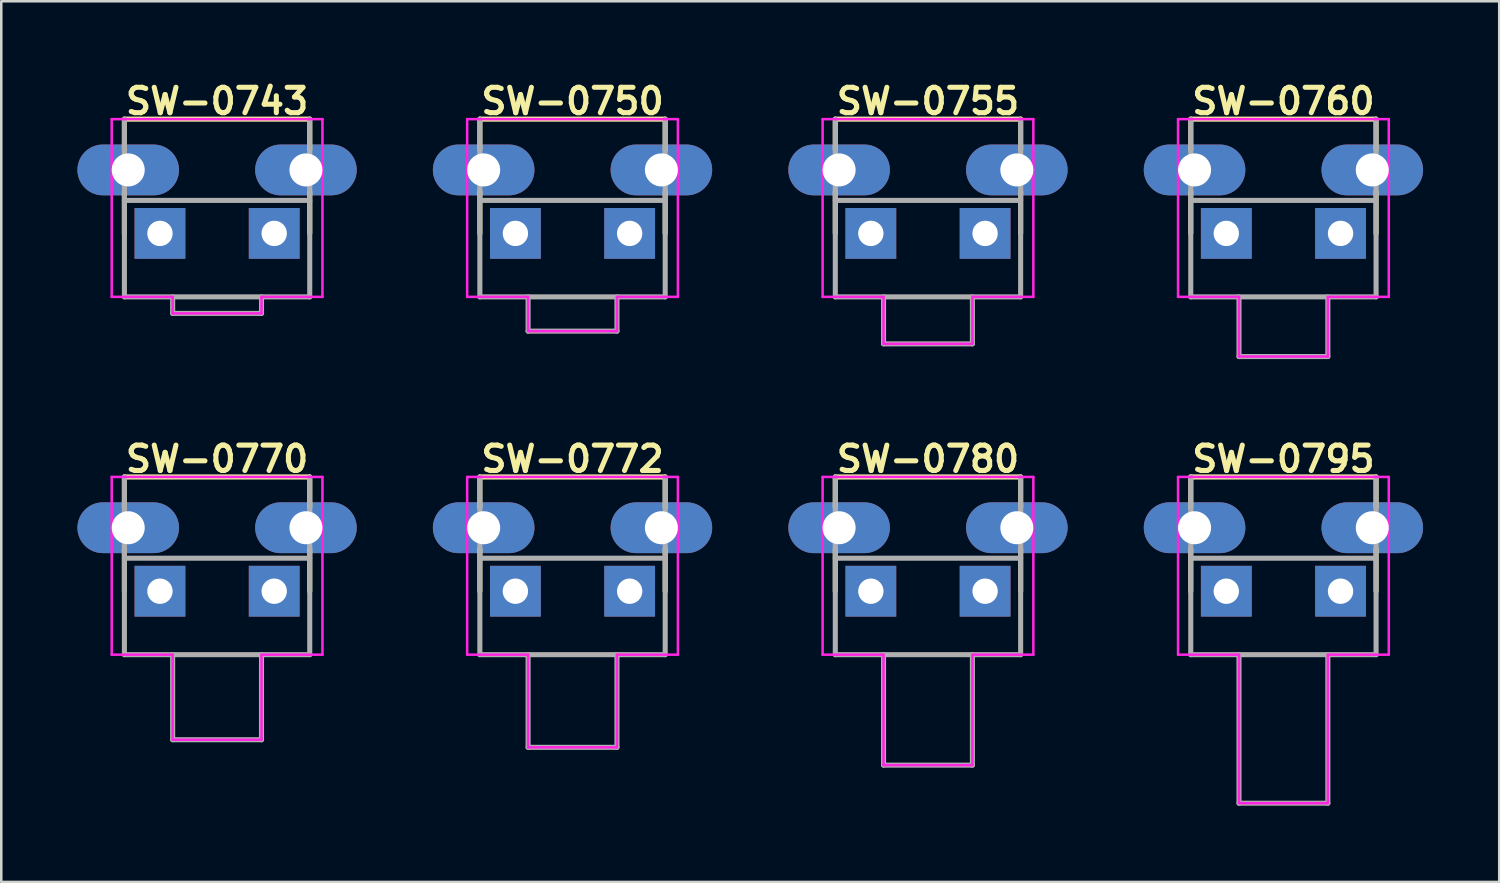
<source format=kicad_pcb>
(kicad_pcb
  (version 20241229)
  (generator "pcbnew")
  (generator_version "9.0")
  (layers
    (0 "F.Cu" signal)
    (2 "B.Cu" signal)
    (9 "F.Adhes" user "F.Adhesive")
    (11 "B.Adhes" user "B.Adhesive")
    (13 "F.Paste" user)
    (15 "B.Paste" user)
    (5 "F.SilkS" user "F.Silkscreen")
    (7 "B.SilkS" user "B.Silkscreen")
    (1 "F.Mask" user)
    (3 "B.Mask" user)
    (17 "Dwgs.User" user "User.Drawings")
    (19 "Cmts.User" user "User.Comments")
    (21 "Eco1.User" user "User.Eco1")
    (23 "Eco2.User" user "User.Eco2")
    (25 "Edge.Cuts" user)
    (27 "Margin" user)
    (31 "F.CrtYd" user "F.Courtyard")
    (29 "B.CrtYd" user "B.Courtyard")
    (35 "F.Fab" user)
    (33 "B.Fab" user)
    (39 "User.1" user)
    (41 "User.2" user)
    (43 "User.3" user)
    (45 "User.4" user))
  (footprint "SW-0772"
    (layer "F.Cu")
    (at 19.5 20.236)
    (property "Reference" "SW-0772" (at 0 -5.207 0) (layer "F.SilkS") (effects (font (size 1 1) (thickness 0.2))))
    (attr through_hole)
    (fp_line (start -3.65 -4.5) (end -3.65 -3.302) (stroke (width 0.2) (type solid)) (layer "F.SilkS"))
    (fp_line (start -3.65 -4.5) (end 3.65 -4.5) (stroke (width 0.2) (type solid)) (layer "F.SilkS"))
    (fp_line (start -3.65 -1.651) (end -3.65 0) (stroke (width 0.2) (type solid)) (layer "F.SilkS"))
    (fp_line (start 3.65 -4.5) (end 3.65 -3.302) (stroke (width 0.2) (type solid)) (layer "F.SilkS"))
    (fp_line (start 3.65 -1.651) (end 3.65 0) (stroke (width 0.2) (type solid)) (layer "F.SilkS"))
    (fp_line (start -4.15 -4.5) (end -4.15 2.5) (stroke (width 0.1) (type solid)) (layer "F.CrtYd"))
    (fp_line (start -4.15 -4.5) (end 4.15 -4.5) (stroke (width 0.1) (type solid)) (layer "F.CrtYd"))
    (fp_line (start -4.15 2.5) (end -1.75 2.5) (stroke (width 0.1) (type solid)) (layer "F.CrtYd"))
    (fp_line (start -1.75 2.5) (end -1.75 6.15) (stroke (width 0.1) (type solid)) (layer "F.CrtYd"))
    (fp_line (start -1.75 6.15) (end 1.75 6.15) (stroke (width 0.1) (type solid)) (layer "F.CrtYd"))
    (fp_line (start 1.75 2.5) (end 1.75 6.15) (stroke (width 0.1) (type solid)) (layer "F.CrtYd"))
    (fp_line (start 1.75 2.5) (end 4.15 2.5) (stroke (width 0.1) (type solid)) (layer "F.CrtYd"))
    (fp_line (start 4.15 -4.5) (end 4.15 2.5) (stroke (width 0.1) (type solid)) (layer "F.CrtYd"))
    (fp_line (start -3.65 -4.5) (end -3.65 2.5) (stroke (width 0.2) (type solid)) (layer "F.Fab"))
    (fp_line (start -3.65 -1.3) (end 3.65 -1.3) (stroke (width 0.2) (type solid)) (layer "F.Fab"))
    (fp_line (start -3.65 2.5) (end 3.65 2.5) (stroke (width 0.2) (type solid)) (layer "F.Fab"))
    (fp_line (start -1.75 2.5) (end -1.75 6.15) (stroke (width 0.2) (type solid)) (layer "F.Fab"))
    (fp_line (start -1.75 6.15) (end 1.75 6.15) (stroke (width 0.2) (type solid)) (layer "F.Fab"))
    (fp_line (start 1.75 2.5) (end 1.75 6.15) (stroke (width 0.2) (type solid)) (layer "F.Fab"))
    (fp_line (start 3.65 -4.5) (end 3.65 2.5) (stroke (width 0.2) (type solid)) (layer "F.Fab"))
    (pad "0" thru_hole oval (at -3.5 -2.5) (size 4 2) (drill 1.3) (layers "B.Cu" "B.Mask"))
    (pad "0" thru_hole oval (at 3.5 -2.5) (size 4 2) (drill 1.3) (layers "B.Cu" "B.Mask"))
    (pad "COM" thru_hole rect (at 2.25 0) (size 2 2) (drill 1) (layers "B.Cu" "B.Mask"))
    (pad "NO" thru_hole rect (at -2.25 0) (size 2 2) (drill 1) (layers "B.Cu" "B.Mask")))
  (footprint "SW-0780"
    (layer "F.Cu")
    (at 33.5 20.236)
    (property "Reference" "SW-0780" (at 0 -5.207 0) (layer "F.SilkS") (effects (font (size 1 1) (thickness 0.2))))
    (attr through_hole)
    (fp_line (start -3.65 -4.5) (end -3.65 -3.302) (stroke (width 0.2) (type solid)) (layer "F.SilkS"))
    (fp_line (start -3.65 -4.5) (end 3.65 -4.5) (stroke (width 0.2) (type solid)) (layer "F.SilkS"))
    (fp_line (start -3.65 -1.651) (end -3.65 0) (stroke (width 0.2) (type solid)) (layer "F.SilkS"))
    (fp_line (start 3.65 -4.5) (end 3.65 -3.302) (stroke (width 0.2) (type solid)) (layer "F.SilkS"))
    (fp_line (start 3.65 -1.651) (end 3.65 0) (stroke (width 0.2) (type solid)) (layer "F.SilkS"))
    (fp_line (start -4.15 -4.5) (end -4.15 2.5) (stroke (width 0.1) (type solid)) (layer "F.CrtYd"))
    (fp_line (start -4.15 -4.5) (end 4.15 -4.5) (stroke (width 0.1) (type solid)) (layer "F.CrtYd"))
    (fp_line (start -4.15 2.5) (end -1.75 2.5) (stroke (width 0.1) (type solid)) (layer "F.CrtYd"))
    (fp_line (start -1.75 2.5) (end -1.75 6.85) (stroke (width 0.1) (type solid)) (layer "F.CrtYd"))
    (fp_line (start -1.75 6.85) (end 1.75 6.85) (stroke (width 0.1) (type solid)) (layer "F.CrtYd"))
    (fp_line (start 1.75 2.5) (end 1.75 6.85) (stroke (width 0.1) (type solid)) (layer "F.CrtYd"))
    (fp_line (start 1.75 2.5) (end 4.15 2.5) (stroke (width 0.1) (type solid)) (layer "F.CrtYd"))
    (fp_line (start 4.15 -4.5) (end 4.15 2.5) (stroke (width 0.1) (type solid)) (layer "F.CrtYd"))
    (fp_line (start -3.65 -4.5) (end -3.65 2.5) (stroke (width 0.2) (type solid)) (layer "F.Fab"))
    (fp_line (start -3.65 -1.3) (end 3.65 -1.3) (stroke (width 0.2) (type solid)) (layer "F.Fab"))
    (fp_line (start -3.65 2.5) (end 3.65 2.5) (stroke (width 0.2) (type solid)) (layer "F.Fab"))
    (fp_line (start -1.75 2.5) (end -1.75 6.85) (stroke (width 0.2) (type solid)) (layer "F.Fab"))
    (fp_line (start -1.75 6.85) (end 1.75 6.85) (stroke (width 0.2) (type solid)) (layer "F.Fab"))
    (fp_line (start 1.75 2.5) (end 1.75 6.85) (stroke (width 0.2) (type solid)) (layer "F.Fab"))
    (fp_line (start 3.65 -4.5) (end 3.65 2.5) (stroke (width 0.2) (type solid)) (layer "F.Fab"))
    (pad "0" thru_hole oval (at -3.5 -2.5) (size 4 2) (drill 1.3) (layers "B.Cu" "B.Mask"))
    (pad "0" thru_hole oval (at 3.5 -2.5) (size 4 2) (drill 1.3) (layers "B.Cu" "B.Mask"))
    (pad "COM" thru_hole rect (at 2.25 0) (size 2 2) (drill 1) (layers "B.Cu" "B.Mask"))
    (pad "NO" thru_hole rect (at -2.25 0) (size 2 2) (drill 1) (layers "B.Cu" "B.Mask")))
  (footprint "SW-0755"
    (layer "F.Cu")
    (at 33.5 6.143)
    (property "Reference" "SW-0755" (at 0 -5.207 0) (layer "F.SilkS") (effects (font (size 1 1) (thickness 0.2))))
    (attr through_hole)
    (fp_line (start -3.65 -4.5) (end -3.65 -3.302) (stroke (width 0.2) (type solid)) (layer "F.SilkS"))
    (fp_line (start -3.65 -4.5) (end 3.65 -4.5) (stroke (width 0.2) (type solid)) (layer "F.SilkS"))
    (fp_line (start -3.65 -1.651) (end -3.65 0) (stroke (width 0.2) (type solid)) (layer "F.SilkS"))
    (fp_line (start 3.65 -4.5) (end 3.65 -3.302) (stroke (width 0.2) (type solid)) (layer "F.SilkS"))
    (fp_line (start 3.65 -1.651) (end 3.65 0) (stroke (width 0.2) (type solid)) (layer "F.SilkS"))
    (fp_line (start -4.15 -4.5) (end -4.15 2.5) (stroke (width 0.1) (type solid)) (layer "F.CrtYd"))
    (fp_line (start -4.15 -4.5) (end 4.15 -4.5) (stroke (width 0.1) (type solid)) (layer "F.CrtYd"))
    (fp_line (start -4.15 2.5) (end -1.75 2.5) (stroke (width 0.1) (type solid)) (layer "F.CrtYd"))
    (fp_line (start -1.75 2.5) (end -1.75 4.35) (stroke (width 0.1) (type solid)) (layer "F.CrtYd"))
    (fp_line (start -1.75 4.35) (end 1.75 4.35) (stroke (width 0.1) (type solid)) (layer "F.CrtYd"))
    (fp_line (start 1.75 2.5) (end 1.75 4.35) (stroke (width 0.1) (type solid)) (layer "F.CrtYd"))
    (fp_line (start 1.75 2.5) (end 4.15 2.5) (stroke (width 0.1) (type solid)) (layer "F.CrtYd"))
    (fp_line (start 4.15 -4.5) (end 4.15 2.5) (stroke (width 0.1) (type solid)) (layer "F.CrtYd"))
    (fp_line (start -3.65 -4.5) (end -3.65 2.5) (stroke (width 0.2) (type solid)) (layer "F.Fab"))
    (fp_line (start -3.65 -1.3) (end 3.65 -1.3) (stroke (width 0.2) (type solid)) (layer "F.Fab"))
    (fp_line (start -3.65 2.5) (end 3.65 2.5) (stroke (width 0.2) (type solid)) (layer "F.Fab"))
    (fp_line (start -1.75 2.5) (end -1.75 4.35) (stroke (width 0.2) (type solid)) (layer "F.Fab"))
    (fp_line (start -1.75 4.35) (end 1.75 4.35) (stroke (width 0.2) (type solid)) (layer "F.Fab"))
    (fp_line (start 1.75 2.5) (end 1.75 4.35) (stroke (width 0.2) (type solid)) (layer "F.Fab"))
    (fp_line (start 3.65 -4.5) (end 3.65 2.5) (stroke (width 0.2) (type solid)) (layer "F.Fab"))
    (pad "0" thru_hole oval (at -3.5 -2.5) (size 4 2) (drill 1.3) (layers "B.Cu" "B.Mask"))
    (pad "0" thru_hole oval (at 3.5 -2.5) (size 4 2) (drill 1.3) (layers "B.Cu" "B.Mask"))
    (pad "COM" thru_hole rect (at 2.25 0) (size 2 2) (drill 1) (layers "B.Cu" "B.Mask"))
    (pad "NO" thru_hole rect (at -2.25 0) (size 2 2) (drill 1) (layers "B.Cu" "B.Mask")))
  (footprint "SW-0770"
    (layer "F.Cu")
    (at 5.5 20.236)
    (property "Reference" "SW-0770" (at 0 -5.207 0) (layer "F.SilkS") (effects (font (size 1 1) (thickness 0.2))))
    (attr through_hole)
    (fp_line (start -3.65 -4.5) (end -3.65 -3.302) (stroke (width 0.2) (type solid)) (layer "F.SilkS"))
    (fp_line (start -3.65 -4.5) (end 3.65 -4.5) (stroke (width 0.2) (type solid)) (layer "F.SilkS"))
    (fp_line (start -3.65 -1.651) (end -3.65 0) (stroke (width 0.2) (type solid)) (layer "F.SilkS"))
    (fp_line (start 3.65 -4.5) (end 3.65 -3.302) (stroke (width 0.2) (type solid)) (layer "F.SilkS"))
    (fp_line (start 3.65 -1.651) (end 3.65 0) (stroke (width 0.2) (type solid)) (layer "F.SilkS"))
    (fp_line (start -4.15 -4.5) (end -4.15 2.5) (stroke (width 0.1) (type solid)) (layer "F.CrtYd"))
    (fp_line (start -4.15 -4.5) (end 4.15 -4.5) (stroke (width 0.1) (type solid)) (layer "F.CrtYd"))
    (fp_line (start -4.15 2.5) (end -1.75 2.5) (stroke (width 0.1) (type solid)) (layer "F.CrtYd"))
    (fp_line (start -1.75 2.5) (end -1.75 5.85) (stroke (width 0.1) (type solid)) (layer "F.CrtYd"))
    (fp_line (start -1.75 5.85) (end 1.75 5.85) (stroke (width 0.1) (type solid)) (layer "F.CrtYd"))
    (fp_line (start 1.75 2.5) (end 1.75 5.85) (stroke (width 0.1) (type solid)) (layer "F.CrtYd"))
    (fp_line (start 1.75 2.5) (end 4.15 2.5) (stroke (width 0.1) (type solid)) (layer "F.CrtYd"))
    (fp_line (start 4.15 -4.5) (end 4.15 2.5) (stroke (width 0.1) (type solid)) (layer "F.CrtYd"))
    (fp_line (start -3.65 -4.5) (end -3.65 2.5) (stroke (width 0.2) (type solid)) (layer "F.Fab"))
    (fp_line (start -3.65 -1.3) (end 3.65 -1.3) (stroke (width 0.2) (type solid)) (layer "F.Fab"))
    (fp_line (start -3.65 2.5) (end 3.65 2.5) (stroke (width 0.2) (type solid)) (layer "F.Fab"))
    (fp_line (start -1.75 2.5) (end -1.75 5.85) (stroke (width 0.2) (type solid)) (layer "F.Fab"))
    (fp_line (start -1.75 5.85) (end 1.75 5.85) (stroke (width 0.2) (type solid)) (layer "F.Fab"))
    (fp_line (start 1.75 2.5) (end 1.75 5.85) (stroke (width 0.2) (type solid)) (layer "F.Fab"))
    (fp_line (start 3.65 -4.5) (end 3.65 2.5) (stroke (width 0.2) (type solid)) (layer "F.Fab"))
    (pad "0" thru_hole oval (at -3.5 -2.5) (size 4 2) (drill 1.3) (layers "B.Cu" "B.Mask"))
    (pad "0" thru_hole oval (at 3.5 -2.5) (size 4 2) (drill 1.3) (layers "B.Cu" "B.Mask"))
    (pad "COM" thru_hole rect (at 2.25 0) (size 2 2) (drill 1) (layers "B.Cu" "B.Mask"))
    (pad "NO" thru_hole rect (at -2.25 0) (size 2 2) (drill 1) (layers "B.Cu" "B.Mask")))
  (footprint "SW-0750"
    (layer "F.Cu")
    (at 19.5 6.143)
    (property "Reference" "SW-0750" (at 0 -5.207 0) (layer "F.SilkS") (effects (font (size 1 1) (thickness 0.2))))
    (attr through_hole)
    (fp_line (start -3.65 -4.5) (end -3.65 -3.302) (stroke (width 0.2) (type solid)) (layer "F.SilkS"))
    (fp_line (start -3.65 -4.5) (end 3.65 -4.5) (stroke (width 0.2) (type solid)) (layer "F.SilkS"))
    (fp_line (start -3.65 -1.651) (end -3.65 0) (stroke (width 0.2) (type solid)) (layer "F.SilkS"))
    (fp_line (start 3.65 -4.5) (end 3.65 -3.302) (stroke (width 0.2) (type solid)) (layer "F.SilkS"))
    (fp_line (start 3.65 -1.651) (end 3.65 0) (stroke (width 0.2) (type solid)) (layer "F.SilkS"))
    (fp_line (start -4.15 -4.5) (end -4.15 2.5) (stroke (width 0.1) (type solid)) (layer "F.CrtYd"))
    (fp_line (start -4.15 -4.5) (end 4.15 -4.5) (stroke (width 0.1) (type solid)) (layer "F.CrtYd"))
    (fp_line (start -4.15 2.5) (end -1.75 2.5) (stroke (width 0.1) (type solid)) (layer "F.CrtYd"))
    (fp_line (start -1.75 2.5) (end -1.75 3.85) (stroke (width 0.1) (type solid)) (layer "F.CrtYd"))
    (fp_line (start -1.75 3.85) (end 1.75 3.85) (stroke (width 0.1) (type solid)) (layer "F.CrtYd"))
    (fp_line (start 1.75 2.5) (end 1.75 3.85) (stroke (width 0.1) (type solid)) (layer "F.CrtYd"))
    (fp_line (start 1.75 2.5) (end 4.15 2.5) (stroke (width 0.1) (type solid)) (layer "F.CrtYd"))
    (fp_line (start 4.15 -4.5) (end 4.15 2.5) (stroke (width 0.1) (type solid)) (layer "F.CrtYd"))
    (fp_line (start -3.65 -4.5) (end -3.65 2.5) (stroke (width 0.2) (type solid)) (layer "F.Fab"))
    (fp_line (start -3.65 -1.3) (end 3.65 -1.3) (stroke (width 0.2) (type solid)) (layer "F.Fab"))
    (fp_line (start -3.65 2.5) (end 3.65 2.5) (stroke (width 0.2) (type solid)) (layer "F.Fab"))
    (fp_line (start -1.75 2.5) (end -1.75 3.85) (stroke (width 0.2) (type solid)) (layer "F.Fab"))
    (fp_line (start -1.75 3.85) (end 1.75 3.85) (stroke (width 0.2) (type solid)) (layer "F.Fab"))
    (fp_line (start 1.75 2.5) (end 1.75 3.85) (stroke (width 0.2) (type solid)) (layer "F.Fab"))
    (fp_line (start 3.65 -4.5) (end 3.65 2.5) (stroke (width 0.2) (type solid)) (layer "F.Fab"))
    (pad "0" thru_hole oval (at -3.5 -2.5) (size 4 2) (drill 1.3) (layers "B.Cu" "B.Mask"))
    (pad "0" thru_hole oval (at 3.5 -2.5) (size 4 2) (drill 1.3) (layers "B.Cu" "B.Mask"))
    (pad "1COM" thru_hole rect (at 2.25 0) (size 2 2) (drill 1) (layers "B.Cu" "B.Mask"))
    (pad "1NO" thru_hole rect (at -2.25 0) (size 2 2) (drill 1) (layers "B.Cu" "B.Mask")))
  (footprint "SW-0795"
    (layer "F.Cu")
    (at 47.5 20.236)
    (property "Reference" "SW-0795" (at 0 -5.207 0) (layer "F.SilkS") (effects (font (size 1 1) (thickness 0.2))))
    (attr through_hole)
    (fp_line (start -3.65 -4.5) (end -3.65 -3.302) (stroke (width 0.2) (type solid)) (layer "F.SilkS"))
    (fp_line (start -3.65 -4.5) (end 3.65 -4.5) (stroke (width 0.2) (type solid)) (layer "F.SilkS"))
    (fp_line (start -3.65 -1.651) (end -3.65 0) (stroke (width 0.2) (type solid)) (layer "F.SilkS"))
    (fp_line (start 3.65 -4.5) (end 3.65 -3.302) (stroke (width 0.2) (type solid)) (layer "F.SilkS"))
    (fp_line (start 3.65 -1.651) (end 3.65 0) (stroke (width 0.2) (type solid)) (layer "F.SilkS"))
    (fp_line (start -4.15 -4.5) (end -4.15 2.5) (stroke (width 0.1) (type solid)) (layer "F.CrtYd"))
    (fp_line (start -4.15 -4.5) (end 4.15 -4.5) (stroke (width 0.1) (type solid)) (layer "F.CrtYd"))
    (fp_line (start -4.15 2.5) (end -1.75 2.5) (stroke (width 0.1) (type solid)) (layer "F.CrtYd"))
    (fp_line (start -1.75 2.5) (end -1.75 8.35) (stroke (width 0.1) (type solid)) (layer "F.CrtYd"))
    (fp_line (start -1.75 8.35) (end 1.75 8.35) (stroke (width 0.1) (type solid)) (layer "F.CrtYd"))
    (fp_line (start 1.75 2.5) (end 1.75 8.35) (stroke (width 0.1) (type solid)) (layer "F.CrtYd"))
    (fp_line (start 1.75 2.5) (end 4.15 2.5) (stroke (width 0.1) (type solid)) (layer "F.CrtYd"))
    (fp_line (start 4.15 -4.5) (end 4.15 2.5) (stroke (width 0.1) (type solid)) (layer "F.CrtYd"))
    (fp_line (start -3.65 -4.5) (end -3.65 2.5) (stroke (width 0.2) (type solid)) (layer "F.Fab"))
    (fp_line (start -3.65 -1.3) (end 3.65 -1.3) (stroke (width 0.2) (type solid)) (layer "F.Fab"))
    (fp_line (start -3.65 2.5) (end 3.65 2.5) (stroke (width 0.2) (type solid)) (layer "F.Fab"))
    (fp_line (start -1.75 2.5) (end -1.75 8.35) (stroke (width 0.2) (type solid)) (layer "F.Fab"))
    (fp_line (start -1.75 8.35) (end 1.75 8.35) (stroke (width 0.2) (type solid)) (layer "F.Fab"))
    (fp_line (start 1.75 2.5) (end 1.75 8.35) (stroke (width 0.2) (type solid)) (layer "F.Fab"))
    (fp_line (start 3.65 -4.5) (end 3.65 2.5) (stroke (width 0.2) (type solid)) (layer "F.Fab"))
    (pad "0" thru_hole oval (at -3.5 -2.5) (size 4 2) (drill 1.3) (layers "B.Cu" "B.Mask"))
    (pad "0" thru_hole oval (at 3.5 -2.5) (size 4 2) (drill 1.3) (layers "B.Cu" "B.Mask"))
    (pad "COM" thru_hole rect (at 2.25 0) (size 2 2) (drill 1) (layers "B.Cu" "B.Mask"))
    (pad "NO" thru_hole rect (at -2.25 0) (size 2 2) (drill 1) (layers "B.Cu" "B.Mask")))
  (footprint "SW-0743"
    (layer "F.Cu")
    (at 5.5 6.143)
    (property "Reference" "SW-0743" (at 0 -5.207 0) (layer "F.SilkS") (effects (font (size 1 1) (thickness 0.2))))
    (attr through_hole)
    (fp_line (start -3.65 -4.5) (end -3.65 -3.302) (stroke (width 0.2) (type solid)) (layer "F.SilkS"))
    (fp_line (start -3.65 -4.5) (end 3.65 -4.5) (stroke (width 0.2) (type solid)) (layer "F.SilkS"))
    (fp_line (start -3.65 -1.651) (end -3.65 0) (stroke (width 0.2) (type solid)) (layer "F.SilkS"))
    (fp_line (start 3.65 -4.5) (end 3.65 -3.302) (stroke (width 0.2) (type solid)) (layer "F.SilkS"))
    (fp_line (start 3.65 -1.651) (end 3.65 0) (stroke (width 0.2) (type solid)) (layer "F.SilkS"))
    (fp_line (start -4.15 -4.5) (end -4.15 2.5) (stroke (width 0.1) (type solid)) (layer "F.CrtYd"))
    (fp_line (start -4.15 -4.5) (end 4.15 -4.5) (stroke (width 0.1) (type solid)) (layer "F.CrtYd"))
    (fp_line (start -4.15 2.5) (end -1.75 2.5) (stroke (width 0.1) (type solid)) (layer "F.CrtYd"))
    (fp_line (start -1.75 2.5) (end -1.75 3.15) (stroke (width 0.1) (type solid)) (layer "F.CrtYd"))
    (fp_line (start -1.75 3.15) (end 1.75 3.15) (stroke (width 0.1) (type solid)) (layer "F.CrtYd"))
    (fp_line (start 1.75 2.5) (end 1.75 3.15) (stroke (width 0.1) (type solid)) (layer "F.CrtYd"))
    (fp_line (start 1.75 2.5) (end 4.15 2.5) (stroke (width 0.1) (type solid)) (layer "F.CrtYd"))
    (fp_line (start 4.15 -4.5) (end 4.15 2.5) (stroke (width 0.1) (type solid)) (layer "F.CrtYd"))
    (fp_line (start -3.65 -4.5) (end -3.65 2.5) (stroke (width 0.2) (type solid)) (layer "F.Fab"))
    (fp_line (start -3.65 -1.3) (end 3.65 -1.3) (stroke (width 0.2) (type solid)) (layer "F.Fab"))
    (fp_line (start -3.65 2.5) (end 3.65 2.5) (stroke (width 0.2) (type solid)) (layer "F.Fab"))
    (fp_line (start -1.75 2.5) (end -1.75 3.15) (stroke (width 0.2) (type solid)) (layer "F.Fab"))
    (fp_line (start -1.75 3.15) (end 1.75 3.15) (stroke (width 0.2) (type solid)) (layer "F.Fab"))
    (fp_line (start 1.75 2.5) (end 1.75 3.15) (stroke (width 0.2) (type solid)) (layer "F.Fab"))
    (fp_line (start 3.65 -4.5) (end 3.65 2.5) (stroke (width 0.2) (type solid)) (layer "F.Fab"))
    (pad "0" thru_hole oval (at -3.5 -2.5) (size 4 2) (drill 1.3) (layers "B.Cu" "B.Mask"))
    (pad "0" thru_hole oval (at 3.5 -2.5) (size 4 2) (drill 1.3) (layers "B.Cu" "B.Mask"))
    (pad "1COM" thru_hole rect (at 2.25 0) (size 2 2) (drill 1) (layers "B.Cu" "B.Mask"))
    (pad "1NO" thru_hole rect (at -2.25 0) (size 2 2) (drill 1) (layers "B.Cu" "B.Mask")))
  (footprint "SW-0760"
    (layer "F.Cu")
    (at 47.5 6.143)
    (property "Reference" "SW-0760" (at 0 -5.207 0) (layer "F.SilkS") (effects (font (size 1 1) (thickness 0.2))))
    (attr through_hole)
    (fp_line (start -3.65 -4.5) (end -3.65 -3.302) (stroke (width 0.2) (type solid)) (layer "F.SilkS"))
    (fp_line (start -3.65 -4.5) (end 3.65 -4.5) (stroke (width 0.2) (type solid)) (layer "F.SilkS"))
    (fp_line (start -3.65 -1.651) (end -3.65 0) (stroke (width 0.2) (type solid)) (layer "F.SilkS"))
    (fp_line (start 3.65 -4.5) (end 3.65 -3.302) (stroke (width 0.2) (type solid)) (layer "F.SilkS"))
    (fp_line (start 3.65 -1.651) (end 3.65 0) (stroke (width 0.2) (type solid)) (layer "F.SilkS"))
    (fp_line (start -4.15 -4.5) (end -4.15 2.5) (stroke (width 0.1) (type solid)) (layer "F.CrtYd"))
    (fp_line (start -4.15 -4.5) (end 4.15 -4.5) (stroke (width 0.1) (type solid)) (layer "F.CrtYd"))
    (fp_line (start -4.15 2.5) (end -1.75 2.5) (stroke (width 0.1) (type solid)) (layer "F.CrtYd"))
    (fp_line (start -1.75 2.5) (end -1.75 4.85) (stroke (width 0.1) (type solid)) (layer "F.CrtYd"))
    (fp_line (start -1.75 4.85) (end 1.75 4.85) (stroke (width 0.1) (type solid)) (layer "F.CrtYd"))
    (fp_line (start 1.75 2.5) (end 1.75 4.85) (stroke (width 0.1) (type solid)) (layer "F.CrtYd"))
    (fp_line (start 1.75 2.5) (end 4.15 2.5) (stroke (width 0.1) (type solid)) (layer "F.CrtYd"))
    (fp_line (start 4.15 -4.5) (end 4.15 2.5) (stroke (width 0.1) (type solid)) (layer "F.CrtYd"))
    (fp_line (start -3.65 -4.5) (end -3.65 2.5) (stroke (width 0.2) (type solid)) (layer "F.Fab"))
    (fp_line (start -3.65 -1.3) (end 3.65 -1.3) (stroke (width 0.2) (type solid)) (layer "F.Fab"))
    (fp_line (start -3.65 2.5) (end 3.65 2.5) (stroke (width 0.2) (type solid)) (layer "F.Fab"))
    (fp_line (start -1.75 2.5) (end -1.75 4.85) (stroke (width 0.2) (type solid)) (layer "F.Fab"))
    (fp_line (start -1.75 4.85) (end 1.75 4.85) (stroke (width 0.2) (type solid)) (layer "F.Fab"))
    (fp_line (start 1.75 2.5) (end 1.75 4.85) (stroke (width 0.2) (type solid)) (layer "F.Fab"))
    (fp_line (start 3.65 -4.5) (end 3.65 2.5) (stroke (width 0.2) (type solid)) (layer "F.Fab"))
    (pad "0" thru_hole oval (at -3.5 -2.5) (size 4 2) (drill 1.3) (layers "B.Cu" "B.Mask"))
    (pad "0" thru_hole oval (at 3.5 -2.5) (size 4 2) (drill 1.3) (layers "B.Cu" "B.Mask"))
    (pad "COM" thru_hole rect (at 2.25 0) (size 2 2) (drill 1) (layers "B.Cu" "B.Mask"))
    (pad "NO" thru_hole rect (at -2.25 0) (size 2 2) (drill 1) (layers "B.Cu" "B.Mask")))
  (gr_rect
    (start -3 -3)
    (end 56 31.686)
    (stroke (width 0.1) (type default))
    (fill no)
    (layer "Edge.Cuts")))
</source>
